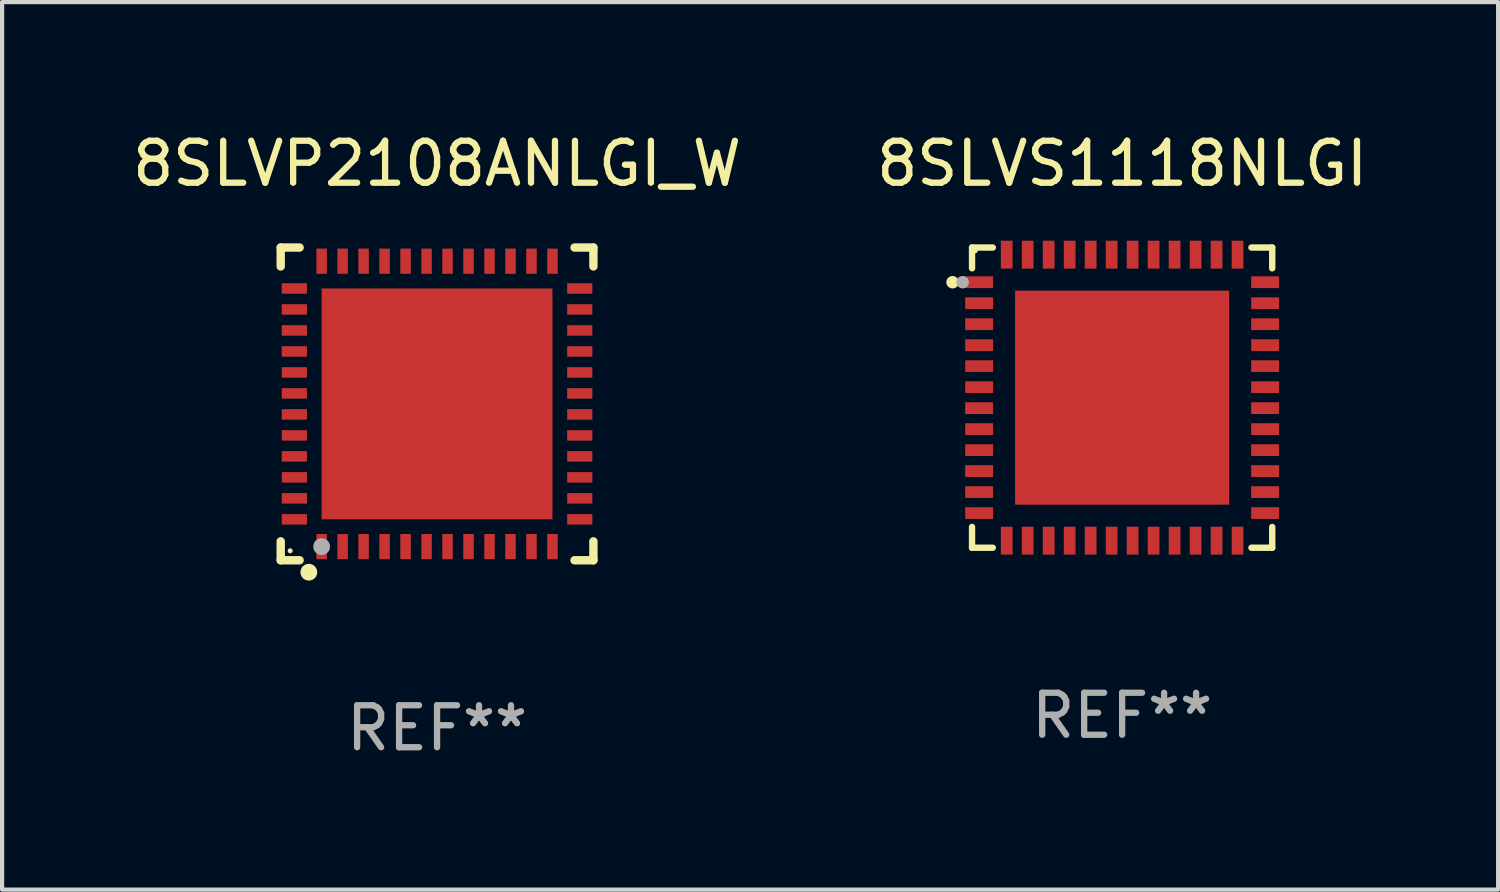
<source format=kicad_pcb>
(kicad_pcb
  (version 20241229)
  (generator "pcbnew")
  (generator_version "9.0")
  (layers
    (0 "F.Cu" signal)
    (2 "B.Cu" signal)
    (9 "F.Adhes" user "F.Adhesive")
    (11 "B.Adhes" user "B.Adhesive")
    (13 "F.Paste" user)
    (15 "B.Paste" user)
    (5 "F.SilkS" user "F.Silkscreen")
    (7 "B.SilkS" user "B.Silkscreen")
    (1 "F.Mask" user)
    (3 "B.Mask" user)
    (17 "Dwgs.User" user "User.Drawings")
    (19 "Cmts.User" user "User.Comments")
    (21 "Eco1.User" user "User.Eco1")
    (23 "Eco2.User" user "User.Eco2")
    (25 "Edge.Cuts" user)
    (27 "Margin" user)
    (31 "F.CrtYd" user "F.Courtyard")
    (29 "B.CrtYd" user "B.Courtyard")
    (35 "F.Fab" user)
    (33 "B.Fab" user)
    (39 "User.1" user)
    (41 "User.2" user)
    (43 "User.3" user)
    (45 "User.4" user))
  (footprint "8SLVS1118NLGI"
    (layer "F.Cu")
    (at 23.685 6.424)
    (property "Reference" "8SLVS1118NLGI" (at 0 -5.576 0) (layer "F.SilkS") (effects (font (size 1 1) (thickness 0.15))))
    (attr through_hole)
    (fp_line (start -3.576 -3.576) (end -3.576 -3.081) (stroke (width 0.152) (type solid)) (layer "F.SilkS"))
    (fp_line (start -3.576 3.576) (end -3.576 3.081) (stroke (width 0.152) (type solid)) (layer "F.SilkS"))
    (fp_line (start -3.081 -3.576) (end -3.576 -3.576) (stroke (width 0.152) (type solid)) (layer "F.SilkS"))
    (fp_line (start -3.081 3.576) (end -3.576 3.576) (stroke (width 0.152) (type solid)) (layer "F.SilkS"))
    (fp_line (start 3.081 -3.576) (end 3.576 -3.576) (stroke (width 0.152) (type solid)) (layer "F.SilkS"))
    (fp_line (start 3.081 3.576) (end 3.576 3.576) (stroke (width 0.152) (type solid)) (layer "F.SilkS"))
    (fp_line (start 3.576 -3.576) (end 3.576 -3.081) (stroke (width 0.152) (type solid)) (layer "F.SilkS"))
    (fp_line (start 3.576 3.576) (end 3.576 3.081) (stroke (width 0.152) (type solid)) (layer "F.SilkS"))
    (fp_circle (center -4.04 -2.75) (end -3.965 -2.75) (stroke (width 0.15) (type solid)) (fill no) (layer "F.SilkS"))
    (fp_circle (center -3.5 -3.5) (end -3.47 -3.5) (stroke (width 0.06) (type solid)) (fill no) (layer "F.SilkS"))
    (fp_circle (center -3.8 -2.75) (end -3.725 -2.75) (stroke (width 0.15) (type solid)) (fill no) (layer "F.Fab"))
    (fp_text user "REF**" (at 0 7.576 0) (layer "F.Fab") (effects (font (size 1 1) (thickness 0.15))))
    (pad "1" smd rect (at -3.407 -2.75) (size 0.665 0.28) (layers "F.Cu" "F.Mask" "F.Paste"))
    (pad "2" smd rect (at -3.407 -2.25) (size 0.665 0.28) (layers "F.Cu" "F.Mask" "F.Paste"))
    (pad "3" smd rect (at -3.407 -1.75) (size 0.665 0.28) (layers "F.Cu" "F.Mask" "F.Paste"))
    (pad "4" smd rect (at -3.407 -1.25) (size 0.665 0.28) (layers "F.Cu" "F.Mask" "F.Paste"))
    (pad "5" smd rect (at -3.407 -0.75) (size 0.665 0.28) (layers "F.Cu" "F.Mask" "F.Paste"))
    (pad "6" smd rect (at -3.407 -0.25) (size 0.665 0.28) (layers "F.Cu" "F.Mask" "F.Paste"))
    (pad "7" smd rect (at -3.407 0.25) (size 0.665 0.28) (layers "F.Cu" "F.Mask" "F.Paste"))
    (pad "8" smd rect (at -3.407 0.75) (size 0.665 0.28) (layers "F.Cu" "F.Mask" "F.Paste"))
    (pad "9" smd rect (at -3.407 1.25) (size 0.665 0.28) (layers "F.Cu" "F.Mask" "F.Paste"))
    (pad "10" smd rect (at -3.407 1.75) (size 0.665 0.28) (layers "F.Cu" "F.Mask" "F.Paste"))
    (pad "11" smd rect (at -3.407 2.25) (size 0.665 0.28) (layers "F.Cu" "F.Mask" "F.Paste"))
    (pad "12" smd rect (at -3.407 2.75) (size 0.665 0.28) (layers "F.Cu" "F.Mask" "F.Paste"))
    (pad "13" smd rect (at -2.75 3.407) (size 0.28 0.665) (layers "F.Cu" "F.Mask" "F.Paste"))
    (pad "14" smd rect (at -2.25 3.407) (size 0.28 0.665) (layers "F.Cu" "F.Mask" "F.Paste"))
    (pad "15" smd rect (at -1.75 3.407) (size 0.28 0.665) (layers "F.Cu" "F.Mask" "F.Paste"))
    (pad "16" smd rect (at -1.25 3.407) (size 0.28 0.665) (layers "F.Cu" "F.Mask" "F.Paste"))
    (pad "17" smd rect (at -0.75 3.407) (size 0.28 0.665) (layers "F.Cu" "F.Mask" "F.Paste"))
    (pad "18" smd rect (at -0.25 3.407) (size 0.28 0.665) (layers "F.Cu" "F.Mask" "F.Paste"))
    (pad "19" smd rect (at 0.25 3.407) (size 0.28 0.665) (layers "F.Cu" "F.Mask" "F.Paste"))
    (pad "20" smd rect (at 0.75 3.407) (size 0.28 0.665) (layers "F.Cu" "F.Mask" "F.Paste"))
    (pad "21" smd rect (at 1.25 3.407) (size 0.28 0.665) (layers "F.Cu" "F.Mask" "F.Paste"))
    (pad "22" smd rect (at 1.75 3.407) (size 0.28 0.665) (layers "F.Cu" "F.Mask" "F.Paste"))
    (pad "23" smd rect (at 2.25 3.407) (size 0.28 0.665) (layers "F.Cu" "F.Mask" "F.Paste"))
    (pad "24" smd rect (at 2.75 3.407) (size 0.28 0.665) (layers "F.Cu" "F.Mask" "F.Paste"))
    (pad "25" smd rect (at 3.407 2.75) (size 0.665 0.28) (layers "F.Cu" "F.Mask" "F.Paste"))
    (pad "26" smd rect (at 3.407 2.25) (size 0.665 0.28) (layers "F.Cu" "F.Mask" "F.Paste"))
    (pad "27" smd rect (at 3.407 1.75) (size 0.665 0.28) (layers "F.Cu" "F.Mask" "F.Paste"))
    (pad "28" smd rect (at 3.407 1.25) (size 0.665 0.28) (layers "F.Cu" "F.Mask" "F.Paste"))
    (pad "29" smd rect (at 3.407 0.75) (size 0.665 0.28) (layers "F.Cu" "F.Mask" "F.Paste"))
    (pad "30" smd rect (at 3.407 0.25) (size 0.665 0.28) (layers "F.Cu" "F.Mask" "F.Paste"))
    (pad "31" smd rect (at 3.407 -0.25) (size 0.665 0.28) (layers "F.Cu" "F.Mask" "F.Paste"))
    (pad "32" smd rect (at 3.407 -0.75) (size 0.665 0.28) (layers "F.Cu" "F.Mask" "F.Paste"))
    (pad "33" smd rect (at 3.407 -1.25) (size 0.665 0.28) (layers "F.Cu" "F.Mask" "F.Paste"))
    (pad "34" smd rect (at 3.407 -1.75) (size 0.665 0.28) (layers "F.Cu" "F.Mask" "F.Paste"))
    (pad "35" smd rect (at 3.407 -2.25) (size 0.665 0.28) (layers "F.Cu" "F.Mask" "F.Paste"))
    (pad "36" smd rect (at 3.407 -2.75) (size 0.665 0.28) (layers "F.Cu" "F.Mask" "F.Paste"))
    (pad "37" smd rect (at 2.75 -3.407) (size 0.28 0.665) (layers "F.Cu" "F.Mask" "F.Paste"))
    (pad "38" smd rect (at 2.25 -3.407) (size 0.28 0.665) (layers "F.Cu" "F.Mask" "F.Paste"))
    (pad "39" smd rect (at 1.75 -3.407) (size 0.28 0.665) (layers "F.Cu" "F.Mask" "F.Paste"))
    (pad "40" smd rect (at 1.25 -3.407) (size 0.28 0.665) (layers "F.Cu" "F.Mask" "F.Paste"))
    (pad "41" smd rect (at 0.75 -3.407) (size 0.28 0.665) (layers "F.Cu" "F.Mask" "F.Paste"))
    (pad "42" smd rect (at 0.25 -3.407) (size 0.28 0.665) (layers "F.Cu" "F.Mask" "F.Paste"))
    (pad "43" smd rect (at -0.25 -3.407) (size 0.28 0.665) (layers "F.Cu" "F.Mask" "F.Paste"))
    (pad "44" smd rect (at -0.75 -3.407) (size 0.28 0.665) (layers "F.Cu" "F.Mask" "F.Paste"))
    (pad "45" smd rect (at -1.25 -3.407) (size 0.28 0.665) (layers "F.Cu" "F.Mask" "F.Paste"))
    (pad "46" smd rect (at -1.75 -3.407) (size 0.28 0.665) (layers "F.Cu" "F.Mask" "F.Paste"))
    (pad "47" smd rect (at -2.25 -3.407) (size 0.28 0.665) (layers "F.Cu" "F.Mask" "F.Paste"))
    (pad "48" smd rect (at -2.75 -3.407) (size 0.28 0.665) (layers "F.Cu" "F.Mask" "F.Paste"))
    (pad "49" smd rect (at 0 0) (size 5.1 5.1) (layers "F.Cu" "F.Mask" "F.Paste")))
  (footprint "8SLVP2108ANLGI_W"
    (layer "F.Cu")
    (at 7.363 6.573)
    (property "Reference" "8SLVP2108ANLGI_W" (at 0 -5.725 0) (layer "F.SilkS") (effects (font (size 1 1) (thickness 0.15))))
    (attr through_hole)
    (fp_line (start -3.725 -3.725) (end -3.275 -3.725) (stroke (width 0.2) (type solid)) (layer "F.SilkS"))
    (fp_line (start -3.725 -3.275) (end -3.725 -3.725) (stroke (width 0.2) (type solid)) (layer "F.SilkS"))
    (fp_line (start -3.725 3.725) (end -3.725 3.275) (stroke (width 0.2) (type solid)) (layer "F.SilkS"))
    (fp_line (start -3.275 3.725) (end -3.725 3.725) (stroke (width 0.2) (type solid)) (layer "F.SilkS"))
    (fp_line (start 3.275 3.725) (end 3.725 3.725) (stroke (width 0.2) (type solid)) (layer "F.SilkS"))
    (fp_line (start 3.725 -3.725) (end 3.275 -3.725) (stroke (width 0.2) (type solid)) (layer "F.SilkS"))
    (fp_line (start 3.725 -3.275) (end 3.725 -3.725) (stroke (width 0.2) (type solid)) (layer "F.SilkS"))
    (fp_line (start 3.725 3.725) (end 3.725 3.275) (stroke (width 0.2) (type solid)) (layer "F.SilkS"))
    (fp_circle (center -3.5 3.5) (end -3.47 3.5) (stroke (width 0.06) (type solid)) (fill no) (layer "F.SilkS"))
    (fp_circle (center -3.055 4.01) (end -2.955 4.01) (stroke (width 0.2) (type solid)) (fill no) (layer "F.SilkS"))
    (fp_circle (center -2.75 3.4) (end -2.65 3.4) (stroke (width 0.2) (type solid)) (fill no) (layer "F.Fab"))
    (fp_text user "REF**" (at 0 7.725 0) (layer "F.Fab") (effects (font (size 1 1) (thickness 0.15))))
    (pad "1" smd rect (at -2.75 3.4 180) (size 0.25 0.6) (layers "F.Cu" "F.Mask" "F.Paste"))
    (pad "2" smd rect (at -2.25 3.4 180) (size 0.25 0.6) (layers "F.Cu" "F.Mask" "F.Paste"))
    (pad "3" smd rect (at -1.75 3.4 180) (size 0.25 0.6) (layers "F.Cu" "F.Mask" "F.Paste"))
    (pad "4" smd rect (at -1.25 3.4 180) (size 0.25 0.6) (layers "F.Cu" "F.Mask" "F.Paste"))
    (pad "5" smd rect (at -0.75 3.4 180) (size 0.25 0.6) (layers "F.Cu" "F.Mask" "F.Paste"))
    (pad "6" smd rect (at -0.25 3.4 180) (size 0.25 0.6) (layers "F.Cu" "F.Mask" "F.Paste"))
    (pad "7" smd rect (at 0.25 3.4 180) (size 0.25 0.6) (layers "F.Cu" "F.Mask" "F.Paste"))
    (pad "8" smd rect (at 0.75 3.4 180) (size 0.25 0.6) (layers "F.Cu" "F.Mask" "F.Paste"))
    (pad "9" smd rect (at 1.25 3.4 180) (size 0.25 0.6) (layers "F.Cu" "F.Mask" "F.Paste"))
    (pad "10" smd rect (at 1.75 3.4 180) (size 0.25 0.6) (layers "F.Cu" "F.Mask" "F.Paste"))
    (pad "11" smd rect (at 2.25 3.4 180) (size 0.25 0.6) (layers "F.Cu" "F.Mask" "F.Paste"))
    (pad "12" smd rect (at 2.75 3.4 180) (size 0.25 0.6) (layers "F.Cu" "F.Mask" "F.Paste"))
    (pad "13" smd rect (at 3.4 2.75 90) (size 0.25 0.6) (layers "F.Cu" "F.Mask" "F.Paste"))
    (pad "14" smd rect (at 3.4 2.25 90) (size 0.25 0.6) (layers "F.Cu" "F.Mask" "F.Paste"))
    (pad "15" smd rect (at 3.4 1.75 90) (size 0.25 0.6) (layers "F.Cu" "F.Mask" "F.Paste"))
    (pad "16" smd rect (at 3.4 1.25 90) (size 0.25 0.6) (layers "F.Cu" "F.Mask" "F.Paste"))
    (pad "17" smd rect (at 3.4 0.75 90) (size 0.25 0.6) (layers "F.Cu" "F.Mask" "F.Paste"))
    (pad "18" smd rect (at 3.4 0.25 90) (size 0.25 0.6) (layers "F.Cu" "F.Mask" "F.Paste"))
    (pad "19" smd rect (at 3.4 -0.25 90) (size 0.25 0.6) (layers "F.Cu" "F.Mask" "F.Paste"))
    (pad "20" smd rect (at 3.4 -0.75 90) (size 0.25 0.6) (layers "F.Cu" "F.Mask" "F.Paste"))
    (pad "21" smd rect (at 3.4 -1.25 90) (size 0.25 0.6) (layers "F.Cu" "F.Mask" "F.Paste"))
    (pad "22" smd rect (at 3.4 -1.75 90) (size 0.25 0.6) (layers "F.Cu" "F.Mask" "F.Paste"))
    (pad "23" smd rect (at 3.4 -2.25 90) (size 0.25 0.6) (layers "F.Cu" "F.Mask" "F.Paste"))
    (pad "24" smd rect (at 3.4 -2.75 90) (size 0.25 0.6) (layers "F.Cu" "F.Mask" "F.Paste"))
    (pad "25" smd rect (at 2.75 -3.4 180) (size 0.25 0.6) (layers "F.Cu" "F.Mask" "F.Paste"))
    (pad "26" smd rect (at 2.25 -3.4 180) (size 0.25 0.6) (layers "F.Cu" "F.Mask" "F.Paste"))
    (pad "27" smd rect (at 1.75 -3.4 180) (size 0.25 0.6) (layers "F.Cu" "F.Mask" "F.Paste"))
    (pad "28" smd rect (at 1.25 -3.4 180) (size 0.25 0.6) (layers "F.Cu" "F.Mask" "F.Paste"))
    (pad "29" smd rect (at 0.75 -3.4 180) (size 0.25 0.6) (layers "F.Cu" "F.Mask" "F.Paste"))
    (pad "30" smd rect (at 0.25 -3.4 180) (size 0.25 0.6) (layers "F.Cu" "F.Mask" "F.Paste"))
    (pad "31" smd rect (at -0.25 -3.4 180) (size 0.25 0.6) (layers "F.Cu" "F.Mask" "F.Paste"))
    (pad "32" smd rect (at -0.75 -3.4 180) (size 0.25 0.6) (layers "F.Cu" "F.Mask" "F.Paste"))
    (pad "33" smd rect (at -1.25 -3.4 180) (size 0.25 0.6) (layers "F.Cu" "F.Mask" "F.Paste"))
    (pad "34" smd rect (at -1.75 -3.4 180) (size 0.25 0.6) (layers "F.Cu" "F.Mask" "F.Paste"))
    (pad "35" smd rect (at -2.25 -3.4 180) (size 0.25 0.6) (layers "F.Cu" "F.Mask" "F.Paste"))
    (pad "36" smd rect (at -2.75 -3.4 180) (size 0.25 0.6) (layers "F.Cu" "F.Mask" "F.Paste"))
    (pad "37" smd rect (at -3.4 -2.75 90) (size 0.25 0.6) (layers "F.Cu" "F.Mask" "F.Paste"))
    (pad "38" smd rect (at -3.4 -2.25 90) (size 0.25 0.6) (layers "F.Cu" "F.Mask" "F.Paste"))
    (pad "39" smd rect (at -3.4 -1.75 90) (size 0.25 0.6) (layers "F.Cu" "F.Mask" "F.Paste"))
    (pad "40" smd rect (at -3.4 -1.25 90) (size 0.25 0.6) (layers "F.Cu" "F.Mask" "F.Paste"))
    (pad "41" smd rect (at -3.4 -0.75 90) (size 0.25 0.6) (layers "F.Cu" "F.Mask" "F.Paste"))
    (pad "42" smd rect (at -3.4 -0.25 90) (size 0.25 0.6) (layers "F.Cu" "F.Mask" "F.Paste"))
    (pad "43" smd rect (at -3.4 0.25 90) (size 0.25 0.6) (layers "F.Cu" "F.Mask" "F.Paste"))
    (pad "44" smd rect (at -3.4 0.75 90) (size 0.25 0.6) (layers "F.Cu" "F.Mask" "F.Paste"))
    (pad "45" smd rect (at -3.4 1.25 90) (size 0.25 0.6) (layers "F.Cu" "F.Mask" "F.Paste"))
    (pad "46" smd rect (at -3.4 1.75 90) (size 0.25 0.6) (layers "F.Cu" "F.Mask" "F.Paste"))
    (pad "47" smd rect (at -3.4 2.25 90) (size 0.25 0.6) (layers "F.Cu" "F.Mask" "F.Paste"))
    (pad "48" smd rect (at -3.4 2.75 90) (size 0.25 0.6) (layers "F.Cu" "F.Mask" "F.Paste"))
    (pad "49" smd rect (at -0.000076 -0.000076 90) (size 5.5 5.5) (layers "F.Cu" "F.Mask" "F.Paste")))
  (gr_rect
    (start -3 -3)
    (end 32.643 18.146)
    (stroke (width 0.1) (type default))
    (fill no)
    (layer "Edge.Cuts")))
</source>
